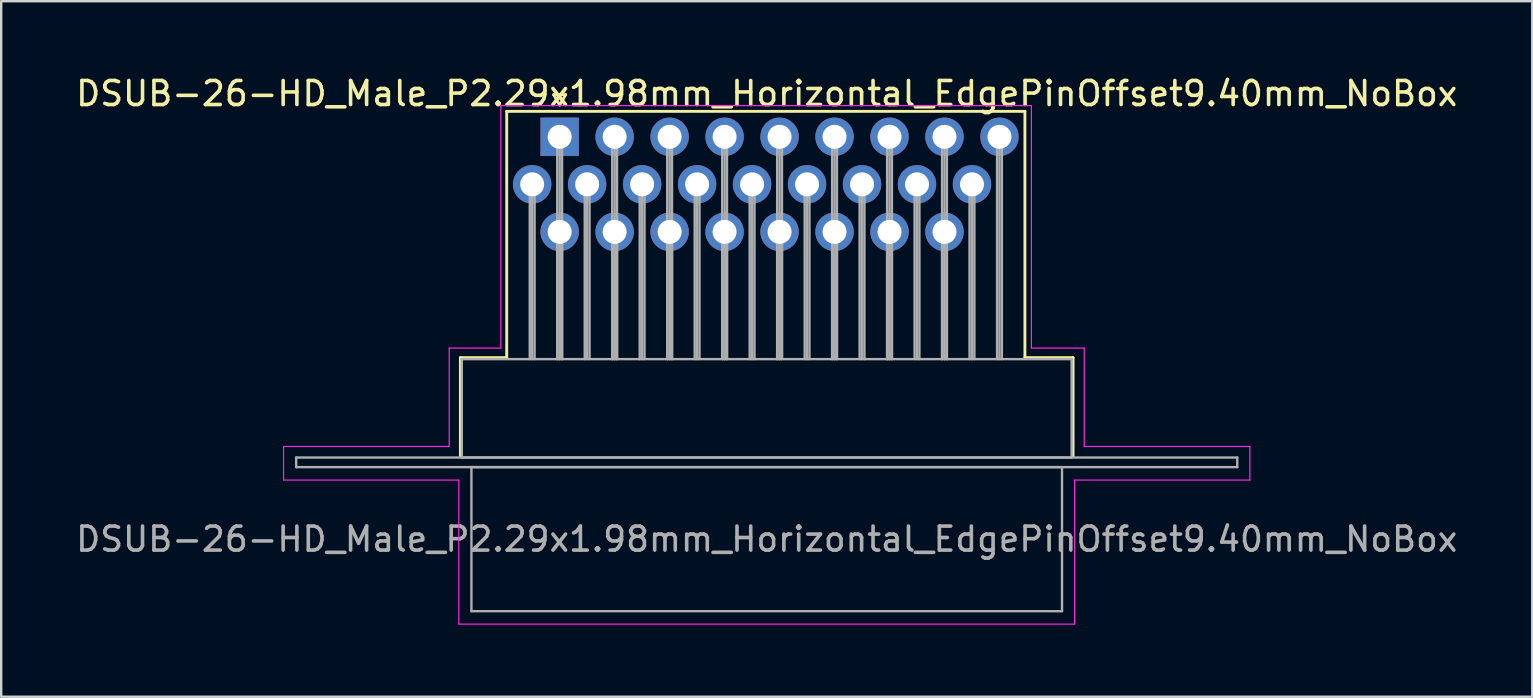
<source format=kicad_pcb>
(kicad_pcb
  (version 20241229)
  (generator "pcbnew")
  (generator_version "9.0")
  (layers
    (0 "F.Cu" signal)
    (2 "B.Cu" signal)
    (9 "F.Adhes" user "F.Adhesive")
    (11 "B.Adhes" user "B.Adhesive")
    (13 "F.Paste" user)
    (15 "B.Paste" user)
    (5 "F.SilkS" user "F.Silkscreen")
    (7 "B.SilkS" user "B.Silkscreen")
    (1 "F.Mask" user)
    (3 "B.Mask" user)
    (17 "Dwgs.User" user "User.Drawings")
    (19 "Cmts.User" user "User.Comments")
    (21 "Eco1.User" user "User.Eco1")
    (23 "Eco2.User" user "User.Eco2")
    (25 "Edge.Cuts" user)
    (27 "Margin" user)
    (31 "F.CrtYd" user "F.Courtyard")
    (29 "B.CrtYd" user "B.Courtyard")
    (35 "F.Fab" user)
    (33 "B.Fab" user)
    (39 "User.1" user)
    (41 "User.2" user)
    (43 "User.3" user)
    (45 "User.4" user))
  (footprint "DSUB-26-HD_Male_P2.29x1.98mm_Horizontal_EdgePinOffset9.40mm_NoBox"
    (layer "F.Cu")
    (at 20.262 2.648)
    (property "Reference" "DSUB-26-HD_Male_P2.29x1.98mm_Horizontal_EdgePinOffset9.40mm_NoBox" (at 8.625 -1.8 0) (layer "F.SilkS") (effects (font (size 1 1) (thickness 0.15))))
    (attr through_hole)
    (fp_line (start -4.135 9.2) (end -2.205 9.2) (stroke (width 0.12) (type solid)) (layer "F.SilkS"))
    (fp_line (start -4.135 13.3) (end -4.135 9.2) (stroke (width 0.12) (type solid)) (layer "F.SilkS"))
    (fp_line (start -2.205 -1.06) (end 19.38 -1.06) (stroke (width 0.12) (type solid)) (layer "F.SilkS"))
    (fp_line (start -2.205 9.2) (end -2.205 -1.06) (stroke (width 0.12) (type solid)) (layer "F.SilkS"))
    (fp_line (start -0.25 -1.754) (end 0.25 -1.754) (stroke (width 0.12) (type solid)) (layer "F.SilkS"))
    (fp_line (start 0 -1.321) (end -0.25 -1.754) (stroke (width 0.12) (type solid)) (layer "F.SilkS"))
    (fp_line (start 0.25 -1.754) (end 0 -1.321) (stroke (width 0.12) (type solid)) (layer "F.SilkS"))
    (fp_line (start 19.38 -1.06) (end 19.38 9.2) (stroke (width 0.12) (type solid)) (layer "F.SilkS"))
    (fp_line (start 19.38 9.2) (end 21.385 9.2) (stroke (width 0.12) (type solid)) (layer "F.SilkS"))
    (fp_line (start 21.385 9.2) (end 21.385 13.3) (stroke (width 0.12) (type solid)) (layer "F.SilkS"))
    (fp_line (start -11.5 12.9) (end -4.6 12.9) (stroke (width 0.05) (type solid)) (layer "F.CrtYd"))
    (fp_line (start -11.5 14.3) (end -11.5 12.9) (stroke (width 0.05) (type solid)) (layer "F.CrtYd"))
    (fp_line (start -4.6 8.8) (end -2.45 8.8) (stroke (width 0.05) (type solid)) (layer "F.CrtYd"))
    (fp_line (start -4.6 12.9) (end -4.6 8.8) (stroke (width 0.05) (type solid)) (layer "F.CrtYd"))
    (fp_line (start -4.2 14.3) (end -11.5 14.3) (stroke (width 0.05) (type solid)) (layer "F.CrtYd"))
    (fp_line (start -4.2 20.3) (end -4.2 14.3) (stroke (width 0.05) (type solid)) (layer "F.CrtYd"))
    (fp_line (start -2.45 -1.3) (end 19.65 -1.3) (stroke (width 0.05) (type solid)) (layer "F.CrtYd"))
    (fp_line (start -2.45 8.8) (end -2.45 -1.3) (stroke (width 0.05) (type solid)) (layer "F.CrtYd"))
    (fp_line (start 19.65 -1.3) (end 19.65 8.8) (stroke (width 0.05) (type solid)) (layer "F.CrtYd"))
    (fp_line (start 19.65 8.8) (end 21.85 8.8) (stroke (width 0.05) (type solid)) (layer "F.CrtYd"))
    (fp_line (start 21.45 14.3) (end 21.45 20.3) (stroke (width 0.05) (type solid)) (layer "F.CrtYd"))
    (fp_line (start 21.45 20.3) (end -4.2 20.3) (stroke (width 0.05) (type solid)) (layer "F.CrtYd"))
    (fp_line (start 21.85 8.8) (end 21.85 12.9) (stroke (width 0.05) (type solid)) (layer "F.CrtYd"))
    (fp_line (start 21.85 12.9) (end 28.75 12.9) (stroke (width 0.05) (type solid)) (layer "F.CrtYd"))
    (fp_line (start 28.75 12.9) (end 28.75 14.3) (stroke (width 0.05) (type solid)) (layer "F.CrtYd"))
    (fp_line (start 28.75 14.3) (end 21.45 14.3) (stroke (width 0.05) (type solid)) (layer "F.CrtYd"))
    (fp_line (start -10.975 13.36) (end -10.975 13.76) (stroke (width 0.1) (type solid)) (layer "F.Fab"))
    (fp_line (start -10.975 13.76) (end 28.225 13.76) (stroke (width 0.1) (type solid)) (layer "F.Fab"))
    (fp_line (start -4.075 9.26) (end -4.075 13.36) (stroke (width 0.1) (type solid)) (layer "F.Fab"))
    (fp_line (start -4.075 13.36) (end 21.325 13.36) (stroke (width 0.1) (type solid)) (layer "F.Fab"))
    (fp_line (start -3.675 13.76) (end -3.675 19.76) (stroke (width 0.1) (type solid)) (layer "F.Fab"))
    (fp_line (start -3.675 19.76) (end 20.925 19.76) (stroke (width 0.1) (type solid)) (layer "F.Fab"))
    (fp_line (start -1.245 1.98) (end -1.245 9.26) (stroke (width 0.1) (type solid)) (layer "F.Fab"))
    (fp_line (start -1.145 1.98) (end -1.145 9.26) (stroke (width 0.1) (type solid)) (layer "F.Fab"))
    (fp_line (start -1.045 1.98) (end -1.045 9.26) (stroke (width 0.1) (type solid)) (layer "F.Fab"))
    (fp_line (start -0.1 0) (end -0.1 9.26) (stroke (width 0.1) (type solid)) (layer "F.Fab"))
    (fp_line (start -0.1 3.96) (end -0.1 9.26) (stroke (width 0.1) (type solid)) (layer "F.Fab"))
    (fp_line (start 0 0) (end 0 9.26) (stroke (width 0.1) (type solid)) (layer "F.Fab"))
    (fp_line (start 0 3.96) (end 0 9.26) (stroke (width 0.1) (type solid)) (layer "F.Fab"))
    (fp_line (start 0.1 0) (end 0.1 9.26) (stroke (width 0.1) (type solid)) (layer "F.Fab"))
    (fp_line (start 0.1 3.96) (end 0.1 9.26) (stroke (width 0.1) (type solid)) (layer "F.Fab"))
    (fp_line (start 1.045 1.98) (end 1.045 9.26) (stroke (width 0.1) (type solid)) (layer "F.Fab"))
    (fp_line (start 1.145 1.98) (end 1.145 9.26) (stroke (width 0.1) (type solid)) (layer "F.Fab"))
    (fp_line (start 1.245 1.98) (end 1.245 9.26) (stroke (width 0.1) (type solid)) (layer "F.Fab"))
    (fp_line (start 2.19 0) (end 2.19 9.26) (stroke (width 0.1) (type solid)) (layer "F.Fab"))
    (fp_line (start 2.19 3.96) (end 2.19 9.26) (stroke (width 0.1) (type solid)) (layer "F.Fab"))
    (fp_line (start 2.29 0) (end 2.29 9.26) (stroke (width 0.1) (type solid)) (layer "F.Fab"))
    (fp_line (start 2.29 3.96) (end 2.29 9.26) (stroke (width 0.1) (type solid)) (layer "F.Fab"))
    (fp_line (start 2.39 0) (end 2.39 9.26) (stroke (width 0.1) (type solid)) (layer "F.Fab"))
    (fp_line (start 2.39 3.96) (end 2.39 9.26) (stroke (width 0.1) (type solid)) (layer "F.Fab"))
    (fp_line (start 3.335 1.98) (end 3.335 9.26) (stroke (width 0.1) (type solid)) (layer "F.Fab"))
    (fp_line (start 3.435 1.98) (end 3.435 9.26) (stroke (width 0.1) (type solid)) (layer "F.Fab"))
    (fp_line (start 3.535 1.98) (end 3.535 9.26) (stroke (width 0.1) (type solid)) (layer "F.Fab"))
    (fp_line (start 4.48 0) (end 4.48 9.26) (stroke (width 0.1) (type solid)) (layer "F.Fab"))
    (fp_line (start 4.48 3.96) (end 4.48 9.26) (stroke (width 0.1) (type solid)) (layer "F.Fab"))
    (fp_line (start 4.58 0) (end 4.58 9.26) (stroke (width 0.1) (type solid)) (layer "F.Fab"))
    (fp_line (start 4.58 3.96) (end 4.58 9.26) (stroke (width 0.1) (type solid)) (layer "F.Fab"))
    (fp_line (start 4.68 0) (end 4.68 9.26) (stroke (width 0.1) (type solid)) (layer "F.Fab"))
    (fp_line (start 4.68 3.96) (end 4.68 9.26) (stroke (width 0.1) (type solid)) (layer "F.Fab"))
    (fp_line (start 5.625 1.98) (end 5.625 9.26) (stroke (width 0.1) (type solid)) (layer "F.Fab"))
    (fp_line (start 5.725 1.98) (end 5.725 9.26) (stroke (width 0.1) (type solid)) (layer "F.Fab"))
    (fp_line (start 5.825 1.98) (end 5.825 9.26) (stroke (width 0.1) (type solid)) (layer "F.Fab"))
    (fp_line (start 6.77 0) (end 6.77 9.26) (stroke (width 0.1) (type solid)) (layer "F.Fab"))
    (fp_line (start 6.77 3.96) (end 6.77 9.26) (stroke (width 0.1) (type solid)) (layer "F.Fab"))
    (fp_line (start 6.87 0) (end 6.87 9.26) (stroke (width 0.1) (type solid)) (layer "F.Fab"))
    (fp_line (start 6.87 3.96) (end 6.87 9.26) (stroke (width 0.1) (type solid)) (layer "F.Fab"))
    (fp_line (start 6.97 0) (end 6.97 9.26) (stroke (width 0.1) (type solid)) (layer "F.Fab"))
    (fp_line (start 6.97 3.96) (end 6.97 9.26) (stroke (width 0.1) (type solid)) (layer "F.Fab"))
    (fp_line (start 7.915 1.98) (end 7.915 9.26) (stroke (width 0.1) (type solid)) (layer "F.Fab"))
    (fp_line (start 8.015 1.98) (end 8.015 9.26) (stroke (width 0.1) (type solid)) (layer "F.Fab"))
    (fp_line (start 8.115 1.98) (end 8.115 9.26) (stroke (width 0.1) (type solid)) (layer "F.Fab"))
    (fp_line (start 9.06 0) (end 9.06 9.26) (stroke (width 0.1) (type solid)) (layer "F.Fab"))
    (fp_line (start 9.06 3.96) (end 9.06 9.26) (stroke (width 0.1) (type solid)) (layer "F.Fab"))
    (fp_line (start 9.16 0) (end 9.16 9.26) (stroke (width 0.1) (type solid)) (layer "F.Fab"))
    (fp_line (start 9.16 3.96) (end 9.16 9.26) (stroke (width 0.1) (type solid)) (layer "F.Fab"))
    (fp_line (start 9.26 0) (end 9.26 9.26) (stroke (width 0.1) (type solid)) (layer "F.Fab"))
    (fp_line (start 9.26 3.96) (end 9.26 9.26) (stroke (width 0.1) (type solid)) (layer "F.Fab"))
    (fp_line (start 10.205 1.98) (end 10.205 9.26) (stroke (width 0.1) (type solid)) (layer "F.Fab"))
    (fp_line (start 10.305 1.98) (end 10.305 9.26) (stroke (width 0.1) (type solid)) (layer "F.Fab"))
    (fp_line (start 10.405 1.98) (end 10.405 9.26) (stroke (width 0.1) (type solid)) (layer "F.Fab"))
    (fp_line (start 11.35 0) (end 11.35 9.26) (stroke (width 0.1) (type solid)) (layer "F.Fab"))
    (fp_line (start 11.35 3.96) (end 11.35 9.26) (stroke (width 0.1) (type solid)) (layer "F.Fab"))
    (fp_line (start 11.45 0) (end 11.45 9.26) (stroke (width 0.1) (type solid)) (layer "F.Fab"))
    (fp_line (start 11.45 3.96) (end 11.45 9.26) (stroke (width 0.1) (type solid)) (layer "F.Fab"))
    (fp_line (start 11.55 0) (end 11.55 9.26) (stroke (width 0.1) (type solid)) (layer "F.Fab"))
    (fp_line (start 11.55 3.96) (end 11.55 9.26) (stroke (width 0.1) (type solid)) (layer "F.Fab"))
    (fp_line (start 12.495 1.98) (end 12.495 9.26) (stroke (width 0.1) (type solid)) (layer "F.Fab"))
    (fp_line (start 12.595 1.98) (end 12.595 9.26) (stroke (width 0.1) (type solid)) (layer "F.Fab"))
    (fp_line (start 12.695 1.98) (end 12.695 9.26) (stroke (width 0.1) (type solid)) (layer "F.Fab"))
    (fp_line (start 13.64 0) (end 13.64 9.26) (stroke (width 0.1) (type solid)) (layer "F.Fab"))
    (fp_line (start 13.64 3.96) (end 13.64 9.26) (stroke (width 0.1) (type solid)) (layer "F.Fab"))
    (fp_line (start 13.74 0) (end 13.74 9.26) (stroke (width 0.1) (type solid)) (layer "F.Fab"))
    (fp_line (start 13.74 3.96) (end 13.74 9.26) (stroke (width 0.1) (type solid)) (layer "F.Fab"))
    (fp_line (start 13.84 0) (end 13.84 9.26) (stroke (width 0.1) (type solid)) (layer "F.Fab"))
    (fp_line (start 13.84 3.96) (end 13.84 9.26) (stroke (width 0.1) (type solid)) (layer "F.Fab"))
    (fp_line (start 14.785 1.98) (end 14.785 9.26) (stroke (width 0.1) (type solid)) (layer "F.Fab"))
    (fp_line (start 14.885 1.98) (end 14.885 9.26) (stroke (width 0.1) (type solid)) (layer "F.Fab"))
    (fp_line (start 14.985 1.98) (end 14.985 9.26) (stroke (width 0.1) (type solid)) (layer "F.Fab"))
    (fp_line (start 15.93 0) (end 15.93 9.26) (stroke (width 0.1) (type solid)) (layer "F.Fab"))
    (fp_line (start 15.93 3.96) (end 15.93 9.26) (stroke (width 0.1) (type solid)) (layer "F.Fab"))
    (fp_line (start 16.03 0) (end 16.03 9.26) (stroke (width 0.1) (type solid)) (layer "F.Fab"))
    (fp_line (start 16.03 3.96) (end 16.03 9.26) (stroke (width 0.1) (type solid)) (layer "F.Fab"))
    (fp_line (start 16.13 0) (end 16.13 9.26) (stroke (width 0.1) (type solid)) (layer "F.Fab"))
    (fp_line (start 16.13 3.96) (end 16.13 9.26) (stroke (width 0.1) (type solid)) (layer "F.Fab"))
    (fp_line (start 17.075 1.98) (end 17.075 9.26) (stroke (width 0.1) (type solid)) (layer "F.Fab"))
    (fp_line (start 17.175 1.98) (end 17.175 9.26) (stroke (width 0.1) (type solid)) (layer "F.Fab"))
    (fp_line (start 17.275 1.98) (end 17.275 9.26) (stroke (width 0.1) (type solid)) (layer "F.Fab"))
    (fp_line (start 18.22 0) (end 18.22 9.26) (stroke (width 0.1) (type solid)) (layer "F.Fab"))
    (fp_line (start 18.32 0) (end 18.32 9.26) (stroke (width 0.1) (type solid)) (layer "F.Fab"))
    (fp_line (start 18.42 0) (end 18.42 9.26) (stroke (width 0.1) (type solid)) (layer "F.Fab"))
    (fp_line (start 20.925 13.76) (end -3.675 13.76) (stroke (width 0.1) (type solid)) (layer "F.Fab"))
    (fp_line (start 20.925 19.76) (end 20.925 13.76) (stroke (width 0.1) (type solid)) (layer "F.Fab"))
    (fp_line (start 21.325 9.26) (end -4.075 9.26) (stroke (width 0.1) (type solid)) (layer "F.Fab"))
    (fp_line (start 21.325 13.36) (end 21.325 9.26) (stroke (width 0.1) (type solid)) (layer "F.Fab"))
    (fp_line (start 28.225 13.36) (end -10.975 13.36) (stroke (width 0.1) (type solid)) (layer "F.Fab"))
    (fp_line (start 28.225 13.76) (end 28.225 13.36) (stroke (width 0.1) (type solid)) (layer "F.Fab"))
    (fp_text user "${REFERENCE}" (at 8.625 16.76 0) (layer "F.Fab") (effects (font (size 1 1) (thickness 0.15))))
    (pad "1" thru_hole rect (at 0 0) (size 1.6 1.6) (drill 1) (layers "*.Cu" "*.Mask"))
    (pad "2" thru_hole circle (at 2.29 0) (size 1.6 1.6) (drill 1) (layers "*.Cu" "*.Mask"))
    (pad "3" thru_hole circle (at 4.58 0) (size 1.6 1.6) (drill 1) (layers "*.Cu" "*.Mask"))
    (pad "4" thru_hole circle (at 6.87 0) (size 1.6 1.6) (drill 1) (layers "*.Cu" "*.Mask"))
    (pad "5" thru_hole circle (at 9.16 0) (size 1.6 1.6) (drill 1) (layers "*.Cu" "*.Mask"))
    (pad "6" thru_hole circle (at 11.45 0) (size 1.6 1.6) (drill 1) (layers "*.Cu" "*.Mask"))
    (pad "7" thru_hole circle (at 13.74 0) (size 1.6 1.6) (drill 1) (layers "*.Cu" "*.Mask"))
    (pad "8" thru_hole circle (at 16.03 0) (size 1.6 1.6) (drill 1) (layers "*.Cu" "*.Mask"))
    (pad "9" thru_hole circle (at 18.32 0) (size 1.6 1.6) (drill 1) (layers "*.Cu" "*.Mask"))
    (pad "10" thru_hole circle (at -1.145 1.98) (size 1.6 1.6) (drill 1) (layers "*.Cu" "*.Mask"))
    (pad "11" thru_hole circle (at 1.145 1.98) (size 1.6 1.6) (drill 1) (layers "*.Cu" "*.Mask"))
    (pad "12" thru_hole circle (at 3.435 1.98) (size 1.6 1.6) (drill 1) (layers "*.Cu" "*.Mask"))
    (pad "13" thru_hole circle (at 5.725 1.98) (size 1.6 1.6) (drill 1) (layers "*.Cu" "*.Mask"))
    (pad "14" thru_hole circle (at 8.015 1.98) (size 1.6 1.6) (drill 1) (layers "*.Cu" "*.Mask"))
    (pad "15" thru_hole circle (at 10.305 1.98) (size 1.6 1.6) (drill 1) (layers "*.Cu" "*.Mask"))
    (pad "16" thru_hole circle (at 12.595 1.98) (size 1.6 1.6) (drill 1) (layers "*.Cu" "*.Mask"))
    (pad "17" thru_hole circle (at 14.885 1.98) (size 1.6 1.6) (drill 1) (layers "*.Cu" "*.Mask"))
    (pad "18" thru_hole circle (at 17.175 1.98) (size 1.6 1.6) (drill 1) (layers "*.Cu" "*.Mask"))
    (pad "19" thru_hole circle (at 0 3.96) (size 1.6 1.6) (drill 1) (layers "*.Cu" "*.Mask"))
    (pad "20" thru_hole circle (at 2.29 3.96) (size 1.6 1.6) (drill 1) (layers "*.Cu" "*.Mask"))
    (pad "21" thru_hole circle (at 4.58 3.96) (size 1.6 1.6) (drill 1) (layers "*.Cu" "*.Mask"))
    (pad "22" thru_hole circle (at 6.87 3.96) (size 1.6 1.6) (drill 1) (layers "*.Cu" "*.Mask"))
    (pad "23" thru_hole circle (at 9.16 3.96) (size 1.6 1.6) (drill 1) (layers "*.Cu" "*.Mask"))
    (pad "24" thru_hole circle (at 11.45 3.96) (size 1.6 1.6) (drill 1) (layers "*.Cu" "*.Mask"))
    (pad "25" thru_hole circle (at 13.74 3.96) (size 1.6 1.6) (drill 1) (layers "*.Cu" "*.Mask"))
    (pad "26" thru_hole circle (at 16.03 3.96) (size 1.6 1.6) (drill 1) (layers "*.Cu" "*.Mask")))
  (gr_rect
    (start -3 -3)
    (end 60.774 25.973)
    (stroke (width 0.1) (type default))
    (fill no)
    (layer "Edge.Cuts")))
</source>
